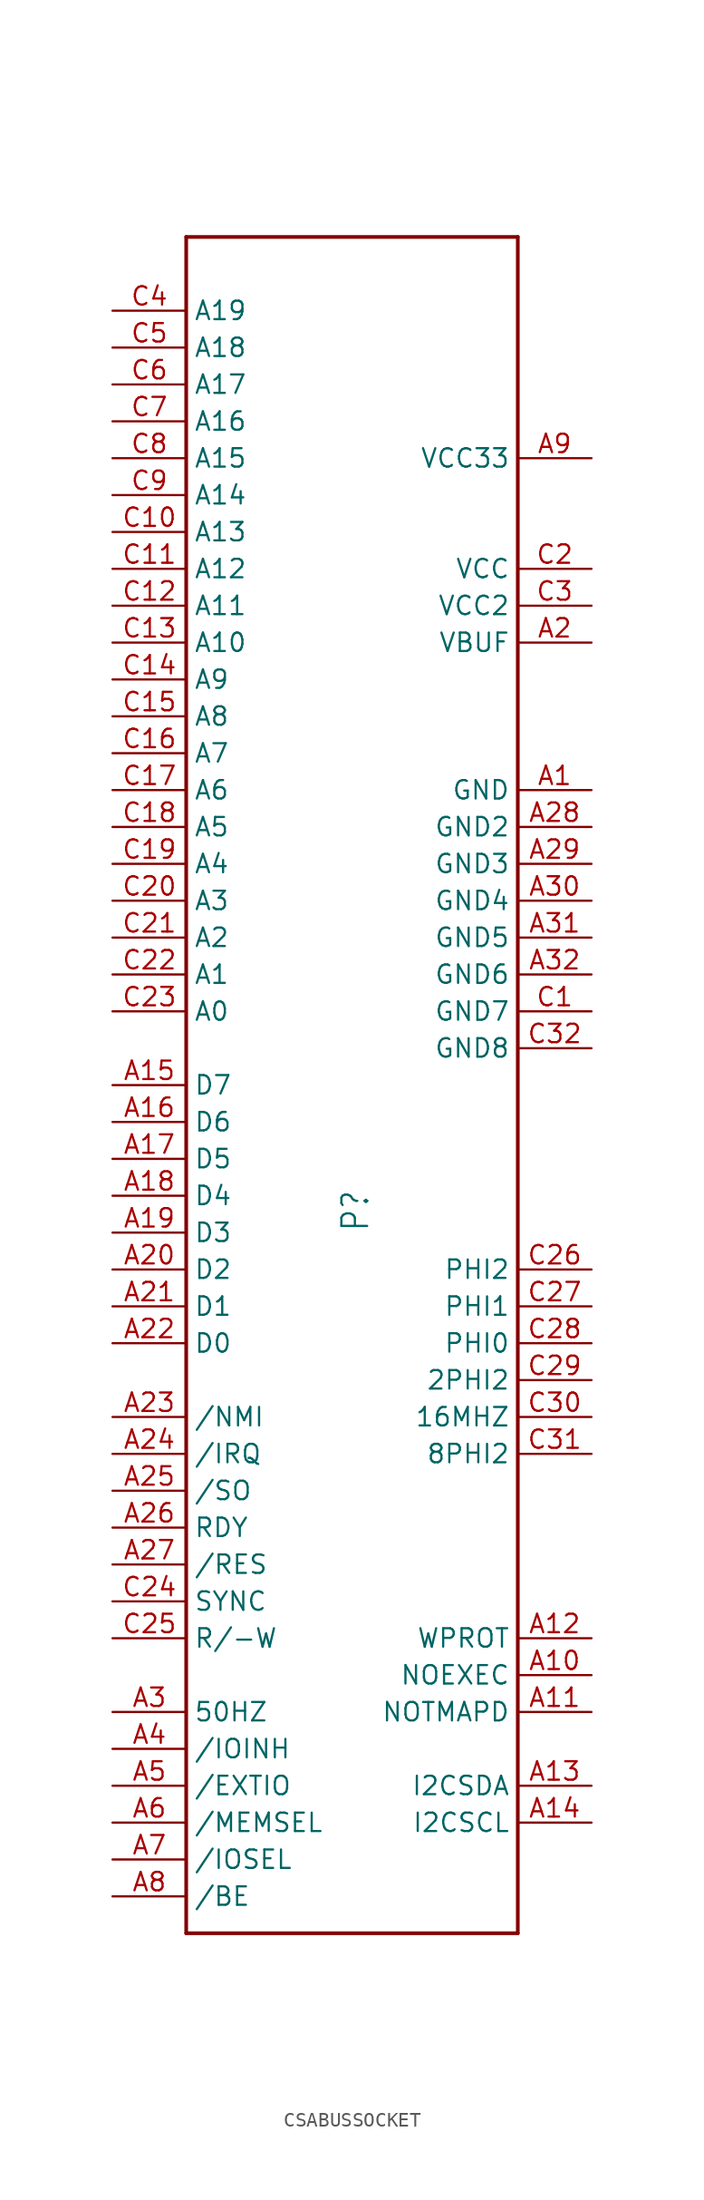
<source format=kicad_sym>
(kicad_symbol_lib
  (version 20220914)
  (generator kicad_symbol_editor)
  (symbol "CSABUSSOCKET"
    (property "Reference" "P"
      (at 5.08 -10.16 90)
      (effects (font (size 1.778 1.511)) (justify left bottom)))
    (property "Value" ""
      (at 0 58.42 0)
      (effects (font (size 1.778 1.511)) (justify left bottom)))
    (property "ki_locked" ""
      (at 0 0 0)
      (effects (font (size 1.27 1.27))))
    (symbol "CSABUSSOCKET_1_0"
      (polyline (pts (xy -7.62 -58.42) (xy 15.24 -58.42)) (stroke (width 0.254) (type solid)) (fill (type none)))
      (polyline (pts (xy -7.62 58.42) (xy -7.62 -58.42)) (stroke (width 0.254) (type solid)) (fill (type none)))
      (polyline (pts (xy 15.24 -58.42) (xy 15.24 58.42)) (stroke (width 0.254) (type solid)) (fill (type none)))
      (polyline (pts (xy 15.24 58.42) (xy -7.62 58.42)) (stroke (width 0.254) (type solid)) (fill (type none)))
      (pin bidirectional line (at 20.32 20.32 180) (length 5.08) (name "GND" (effects (font (size 1.27 1.27)))) (number "A1" (effects (font (size 1.27 1.27)))))
      (pin bidirectional line (at 20.32 -40.64 180) (length 5.08) (name "NOEXEC" (effects (font (size 1.27 1.27)))) (number "A10" (effects (font (size 1.27 1.27)))))
      (pin bidirectional line (at 20.32 -43.18 180) (length 5.08) (name "NOTMAPD" (effects (font (size 1.27 1.27)))) (number "A11" (effects (font (size 1.27 1.27)))))
      (pin bidirectional line (at 20.32 -38.1 180) (length 5.08) (name "WPROT" (effects (font (size 1.27 1.27)))) (number "A12" (effects (font (size 1.27 1.27)))))
      (pin bidirectional line (at 20.32 -48.26 180) (length 5.08) (name "I2CSDA" (effects (font (size 1.27 1.27)))) (number "A13" (effects (font (size 1.27 1.27)))))
      (pin bidirectional line (at 20.32 -50.8 180) (length 5.08) (name "I2CSCL" (effects (font (size 1.27 1.27)))) (number "A14" (effects (font (size 1.27 1.27)))))
      (pin bidirectional line (at -12.7 0 0) (length 5.08) (name "D7" (effects (font (size 1.27 1.27)))) (number "A15" (effects (font (size 1.27 1.27)))))
      (pin bidirectional line (at -12.7 -2.54 0) (length 5.08) (name "D6" (effects (font (size 1.27 1.27)))) (number "A16" (effects (font (size 1.27 1.27)))))
      (pin bidirectional line (at -12.7 -5.08 0) (length 5.08) (name "D5" (effects (font (size 1.27 1.27)))) (number "A17" (effects (font (size 1.27 1.27)))))
      (pin bidirectional line (at -12.7 -7.62 0) (length 5.08) (name "D4" (effects (font (size 1.27 1.27)))) (number "A18" (effects (font (size 1.27 1.27)))))
      (pin bidirectional line (at -12.7 -10.16 0) (length 5.08) (name "D3" (effects (font (size 1.27 1.27)))) (number "A19" (effects (font (size 1.27 1.27)))))
      (pin bidirectional line (at 20.32 30.48 180) (length 5.08) (name "VBUF" (effects (font (size 1.27 1.27)))) (number "A2" (effects (font (size 1.27 1.27)))))
      (pin bidirectional line (at -12.7 -12.7 0) (length 5.08) (name "D2" (effects (font (size 1.27 1.27)))) (number "A20" (effects (font (size 1.27 1.27)))))
      (pin bidirectional line (at -12.7 -15.24 0) (length 5.08) (name "D1" (effects (font (size 1.27 1.27)))) (number "A21" (effects (font (size 1.27 1.27)))))
      (pin bidirectional line (at -12.7 -17.78 0) (length 5.08) (name "D0" (effects (font (size 1.27 1.27)))) (number "A22" (effects (font (size 1.27 1.27)))))
      (pin bidirectional line (at -12.7 -22.86 0) (length 5.08) (name "/NMI" (effects (font (size 1.27 1.27)))) (number "A23" (effects (font (size 1.27 1.27)))))
      (pin bidirectional line (at -12.7 -25.4 0) (length 5.08) (name "/IRQ" (effects (font (size 1.27 1.27)))) (number "A24" (effects (font (size 1.27 1.27)))))
      (pin bidirectional line (at -12.7 -27.94 0) (length 5.08) (name "/SO" (effects (font (size 1.27 1.27)))) (number "A25" (effects (font (size 1.27 1.27)))))
      (pin bidirectional line (at -12.7 -30.48 0) (length 5.08) (name "RDY" (effects (font (size 1.27 1.27)))) (number "A26" (effects (font (size 1.27 1.27)))))
      (pin bidirectional line (at -12.7 -33.02 0) (length 5.08) (name "/RES" (effects (font (size 1.27 1.27)))) (number "A27" (effects (font (size 1.27 1.27)))))
      (pin bidirectional line (at 20.32 17.78 180) (length 5.08) (name "GND2" (effects (font (size 1.27 1.27)))) (number "A28" (effects (font (size 1.27 1.27)))))
      (pin bidirectional line (at 20.32 15.24 180) (length 5.08) (name "GND3" (effects (font (size 1.27 1.27)))) (number "A29" (effects (font (size 1.27 1.27)))))
      (pin bidirectional line (at -12.7 -43.18 0) (length 5.08) (name "50HZ" (effects (font (size 1.27 1.27)))) (number "A3" (effects (font (size 1.27 1.27)))))
      (pin bidirectional line (at 20.32 12.7 180) (length 5.08) (name "GND4" (effects (font (size 1.27 1.27)))) (number "A30" (effects (font (size 1.27 1.27)))))
      (pin bidirectional line (at 20.32 10.16 180) (length 5.08) (name "GND5" (effects (font (size 1.27 1.27)))) (number "A31" (effects (font (size 1.27 1.27)))))
      (pin bidirectional line (at 20.32 7.62 180) (length 5.08) (name "GND6" (effects (font (size 1.27 1.27)))) (number "A32" (effects (font (size 1.27 1.27)))))
      (pin bidirectional line (at -12.7 -45.72 0) (length 5.08) (name "/IOINH" (effects (font (size 1.27 1.27)))) (number "A4" (effects (font (size 1.27 1.27)))))
      (pin bidirectional line (at -12.7 -48.26 0) (length 5.08) (name "/EXTIO" (effects (font (size 1.27 1.27)))) (number "A5" (effects (font (size 1.27 1.27)))))
      (pin bidirectional line (at -12.7 -50.8 0) (length 5.08) (name "/MEMSEL" (effects (font (size 1.27 1.27)))) (number "A6" (effects (font (size 1.27 1.27)))))
      (pin bidirectional line (at -12.7 -53.34 0) (length 5.08) (name "/IOSEL" (effects (font (size 1.27 1.27)))) (number "A7" (effects (font (size 1.27 1.27)))))
      (pin bidirectional line (at -12.7 -55.88 0) (length 5.08) (name "/BE" (effects (font (size 1.27 1.27)))) (number "A8" (effects (font (size 1.27 1.27)))))
      (pin bidirectional line (at 20.32 43.18 180) (length 5.08) (name "VCC33" (effects (font (size 1.27 1.27)))) (number "A9" (effects (font (size 1.27 1.27)))))
      (pin bidirectional line (at 20.32 5.08 180) (length 5.08) (name "GND7" (effects (font (size 1.27 1.27)))) (number "C1" (effects (font (size 1.27 1.27)))))
      (pin bidirectional line (at -12.7 38.1 0) (length 5.08) (name "A13" (effects (font (size 1.27 1.27)))) (number "C10" (effects (font (size 1.27 1.27)))))
      (pin bidirectional line (at -12.7 35.56 0) (length 5.08) (name "A12" (effects (font (size 1.27 1.27)))) (number "C11" (effects (font (size 1.27 1.27)))))
      (pin bidirectional line (at -12.7 33.02 0) (length 5.08) (name "A11" (effects (font (size 1.27 1.27)))) (number "C12" (effects (font (size 1.27 1.27)))))
      (pin bidirectional line (at -12.7 30.48 0) (length 5.08) (name "A10" (effects (font (size 1.27 1.27)))) (number "C13" (effects (font (size 1.27 1.27)))))
      (pin bidirectional line (at -12.7 27.94 0) (length 5.08) (name "A9" (effects (font (size 1.27 1.27)))) (number "C14" (effects (font (size 1.27 1.27)))))
      (pin bidirectional line (at -12.7 25.4 0) (length 5.08) (name "A8" (effects (font (size 1.27 1.27)))) (number "C15" (effects (font (size 1.27 1.27)))))
      (pin bidirectional line (at -12.7 22.86 0) (length 5.08) (name "A7" (effects (font (size 1.27 1.27)))) (number "C16" (effects (font (size 1.27 1.27)))))
      (pin bidirectional line (at -12.7 20.32 0) (length 5.08) (name "A6" (effects (font (size 1.27 1.27)))) (number "C17" (effects (font (size 1.27 1.27)))))
      (pin bidirectional line (at -12.7 17.78 0) (length 5.08) (name "A5" (effects (font (size 1.27 1.27)))) (number "C18" (effects (font (size 1.27 1.27)))))
      (pin bidirectional line (at -12.7 15.24 0) (length 5.08) (name "A4" (effects (font (size 1.27 1.27)))) (number "C19" (effects (font (size 1.27 1.27)))))
      (pin bidirectional line (at 20.32 35.56 180) (length 5.08) (name "VCC" (effects (font (size 1.27 1.27)))) (number "C2" (effects (font (size 1.27 1.27)))))
      (pin bidirectional line (at -12.7 12.7 0) (length 5.08) (name "A3" (effects (font (size 1.27 1.27)))) (number "C20" (effects (font (size 1.27 1.27)))))
      (pin bidirectional line (at -12.7 10.16 0) (length 5.08) (name "A2" (effects (font (size 1.27 1.27)))) (number "C21" (effects (font (size 1.27 1.27)))))
      (pin bidirectional line (at -12.7 7.62 0) (length 5.08) (name "A1" (effects (font (size 1.27 1.27)))) (number "C22" (effects (font (size 1.27 1.27)))))
      (pin bidirectional line (at -12.7 5.08 0) (length 5.08) (name "A0" (effects (font (size 1.27 1.27)))) (number "C23" (effects (font (size 1.27 1.27)))))
      (pin bidirectional line (at -12.7 -35.56 0) (length 5.08) (name "SYNC" (effects (font (size 1.27 1.27)))) (number "C24" (effects (font (size 1.27 1.27)))))
      (pin bidirectional line (at -12.7 -38.1 0) (length 5.08) (name "R/-W" (effects (font (size 1.27 1.27)))) (number "C25" (effects (font (size 1.27 1.27)))))
      (pin bidirectional line (at 20.32 -12.7 180) (length 5.08) (name "PHI2" (effects (font (size 1.27 1.27)))) (number "C26" (effects (font (size 1.27 1.27)))))
      (pin bidirectional line (at 20.32 -15.24 180) (length 5.08) (name "PHI1" (effects (font (size 1.27 1.27)))) (number "C27" (effects (font (size 1.27 1.27)))))
      (pin bidirectional line (at 20.32 -17.78 180) (length 5.08) (name "PHI0" (effects (font (size 1.27 1.27)))) (number "C28" (effects (font (size 1.27 1.27)))))
      (pin bidirectional line (at 20.32 -20.32 180) (length 5.08) (name "2PHI2" (effects (font (size 1.27 1.27)))) (number "C29" (effects (font (size 1.27 1.27)))))
      (pin bidirectional line (at 20.32 33.02 180) (length 5.08) (name "VCC2" (effects (font (size 1.27 1.27)))) (number "C3" (effects (font (size 1.27 1.27)))))
      (pin bidirectional line (at 20.32 -22.86 180) (length 5.08) (name "16MHZ" (effects (font (size 1.27 1.27)))) (number "C30" (effects (font (size 1.27 1.27)))))
      (pin bidirectional line (at 20.32 -25.4 180) (length 5.08) (name "8PHI2" (effects (font (size 1.27 1.27)))) (number "C31" (effects (font (size 1.27 1.27)))))
      (pin bidirectional line (at 20.32 2.54 180) (length 5.08) (name "GND8" (effects (font (size 1.27 1.27)))) (number "C32" (effects (font (size 1.27 1.27)))))
      (pin bidirectional line (at -12.7 53.34 0) (length 5.08) (name "A19" (effects (font (size 1.27 1.27)))) (number "C4" (effects (font (size 1.27 1.27)))))
      (pin bidirectional line (at -12.7 50.8 0) (length 5.08) (name "A18" (effects (font (size 1.27 1.27)))) (number "C5" (effects (font (size 1.27 1.27)))))
      (pin bidirectional line (at -12.7 48.26 0) (length 5.08) (name "A17" (effects (font (size 1.27 1.27)))) (number "C6" (effects (font (size 1.27 1.27)))))
      (pin bidirectional line (at -12.7 45.72 0) (length 5.08) (name "A16" (effects (font (size 1.27 1.27)))) (number "C7" (effects (font (size 1.27 1.27)))))
      (pin bidirectional line (at -12.7 43.18 0) (length 5.08) (name "A15" (effects (font (size 1.27 1.27)))) (number "C8" (effects (font (size 1.27 1.27)))))
      (pin bidirectional line (at -12.7 40.64 0) (length 5.08) (name "A14" (effects (font (size 1.27 1.27)))) (number "C9" (effects (font (size 1.27 1.27))))))))
</source>
